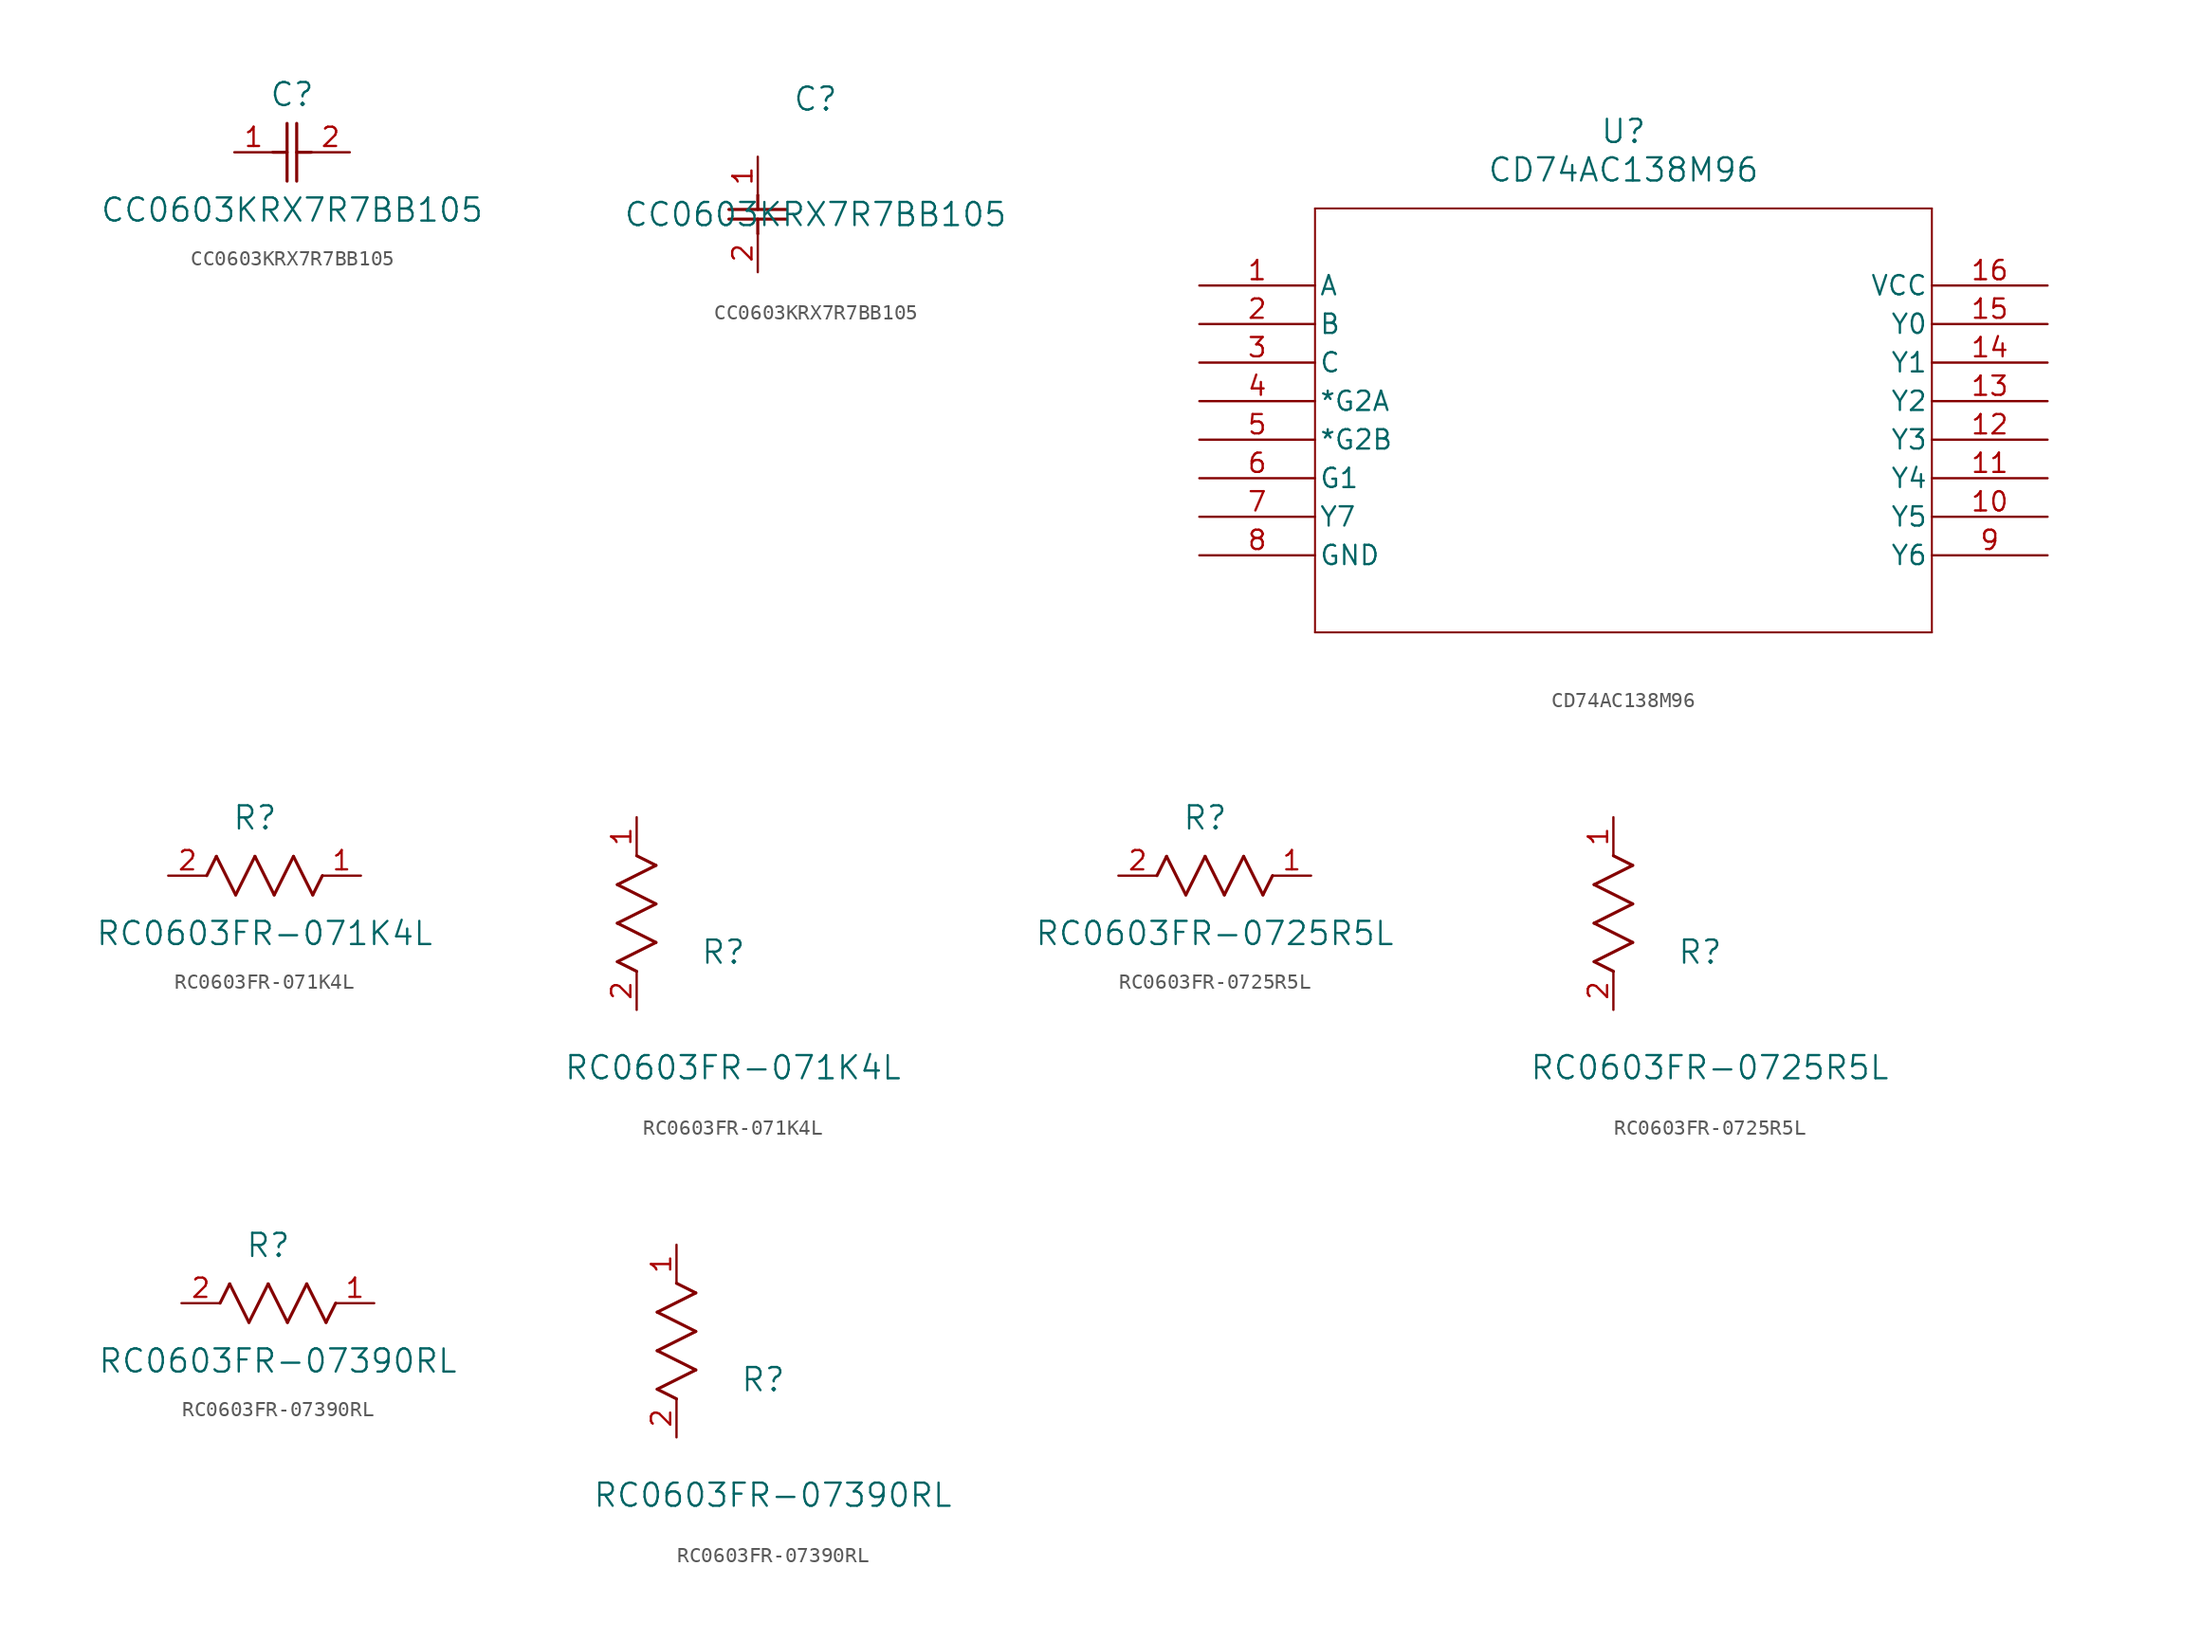
<source format=kicad_sym>
(kicad_symbol_lib
  (version 20231120)
  (generator "kicad_symbol_editor")
  (generator_version "8.0")
  (symbol "CC0603KRX7R7BB105"
    (pin_names
      (offset 0.254))
    (property "Reference" "C"
      (at 3.81 3.81 0)
      (effects (font (size 1.524 1.524))))
    (property "Value" "CC0603KRX7R7BB105"
      (at 3.81 -3.81 0)
      (effects (font (size 1.524 1.524))))
    (property "ki_locked" ""
      (at 0 0 0)
      (effects (font (size 1.27 1.27))))
    (symbol "CC0603KRX7R7BB105_1_1"
      (polyline (pts (xy 2.54 0) (xy 3.48 0)) (stroke (width 0.203) (type default)) (fill (type none)))
      (polyline (pts (xy 3.48 -1.905) (xy 3.48 1.905)) (stroke (width 0.203) (type default)) (fill (type none)))
      (polyline (pts (xy 4.115 -1.905) (xy 4.115 1.905)) (stroke (width 0.203) (type default)) (fill (type none)))
      (polyline (pts (xy 4.115 0) (xy 5.08 0)) (stroke (width 0.203) (type default)) (fill (type none)))
      (pin unspecified line (at 0 0 0) (length 2.54) (name "" (effects (font (size 1.27 1.27)))) (number "1" (effects (font (size 1.27 1.27)))))
      (pin unspecified line (at 7.62 0 180) (length 2.54) (name "" (effects (font (size 1.27 1.27)))) (number "2" (effects (font (size 1.27 1.27))))))
    (symbol "CC0603KRX7R7BB105_1_2"
      (polyline (pts (xy -1.905 -4.115) (xy 1.905 -4.115)) (stroke (width 0.203) (type default)) (fill (type none)))
      (polyline (pts (xy -1.905 -3.48) (xy 1.905 -3.48)) (stroke (width 0.203) (type default)) (fill (type none)))
      (polyline (pts (xy 0 -4.115) (xy 0 -5.08)) (stroke (width 0.203) (type default)) (fill (type none)))
      (polyline (pts (xy 0 -2.54) (xy 0 -3.48)) (stroke (width 0.203) (type default)) (fill (type none)))
      (pin unspecified line (at 0 0 270) (length 2.54) (name "" (effects (font (size 1.27 1.27)))) (number "1" (effects (font (size 1.27 1.27)))))
      (pin unspecified line (at 0 -7.62 90) (length 2.54) (name "" (effects (font (size 1.27 1.27)))) (number "2" (effects (font (size 1.27 1.27)))))))
  (symbol "CD74AC138M96"
    (pin_names
      (offset 0.254))
    (property "Reference" "U"
      (at 27.94 10.16 0)
      (effects (font (size 1.524 1.524))))
    (property "Value" "CD74AC138M96"
      (at 27.94 7.62 0)
      (effects (font (size 1.524 1.524))))
    (property "ki_locked" ""
      (at 0 0 0)
      (effects (font (size 1.27 1.27))))
    (symbol "CD74AC138M96_0_1"
      (polyline (pts (xy 7.62 -22.86) (xy 48.26 -22.86)) (stroke (width 0.127) (type default)) (fill (type none)))
      (polyline (pts (xy 7.62 5.08) (xy 7.62 -22.86)) (stroke (width 0.127) (type default)) (fill (type none)))
      (polyline (pts (xy 48.26 -22.86) (xy 48.26 5.08)) (stroke (width 0.127) (type default)) (fill (type none)))
      (polyline (pts (xy 48.26 5.08) (xy 7.62 5.08)) (stroke (width 0.127) (type default)) (fill (type none)))
      (pin input line (at 0 0 0) (length 7.62) (name "A" (effects (font (size 1.27 1.27)))) (number "1" (effects (font (size 1.27 1.27)))))
      (pin output line (at 55.88 -15.24 180) (length 7.62) (name "Y5" (effects (font (size 1.27 1.27)))) (number "10" (effects (font (size 1.27 1.27)))))
      (pin output line (at 55.88 -12.7 180) (length 7.62) (name "Y4" (effects (font (size 1.27 1.27)))) (number "11" (effects (font (size 1.27 1.27)))))
      (pin output line (at 55.88 -10.16 180) (length 7.62) (name "Y3" (effects (font (size 1.27 1.27)))) (number "12" (effects (font (size 1.27 1.27)))))
      (pin output line (at 55.88 -7.62 180) (length 7.62) (name "Y2" (effects (font (size 1.27 1.27)))) (number "13" (effects (font (size 1.27 1.27)))))
      (pin output line (at 55.88 -5.08 180) (length 7.62) (name "Y1" (effects (font (size 1.27 1.27)))) (number "14" (effects (font (size 1.27 1.27)))))
      (pin output line (at 55.88 -2.54 180) (length 7.62) (name "Y0" (effects (font (size 1.27 1.27)))) (number "15" (effects (font (size 1.27 1.27)))))
      (pin power_in line (at 55.88 0 180) (length 7.62) (name "VCC" (effects (font (size 1.27 1.27)))) (number "16" (effects (font (size 1.27 1.27)))))
      (pin input line (at 0 -2.54 0) (length 7.62) (name "B" (effects (font (size 1.27 1.27)))) (number "2" (effects (font (size 1.27 1.27)))))
      (pin input line (at 0 -5.08 0) (length 7.62) (name "C" (effects (font (size 1.27 1.27)))) (number "3" (effects (font (size 1.27 1.27)))))
      (pin input line (at 0 -7.62 0) (length 7.62) (name "*G2A" (effects (font (size 1.27 1.27)))) (number "4" (effects (font (size 1.27 1.27)))))
      (pin input line (at 0 -10.16 0) (length 7.62) (name "*G2B" (effects (font (size 1.27 1.27)))) (number "5" (effects (font (size 1.27 1.27)))))
      (pin input line (at 0 -12.7 0) (length 7.62) (name "G1" (effects (font (size 1.27 1.27)))) (number "6" (effects (font (size 1.27 1.27)))))
      (pin output line (at 0 -15.24 0) (length 7.62) (name "Y7" (effects (font (size 1.27 1.27)))) (number "7" (effects (font (size 1.27 1.27)))))
      (pin power_in line (at 0 -17.78 0) (length 7.62) (name "GND" (effects (font (size 1.27 1.27)))) (number "8" (effects (font (size 1.27 1.27)))))
      (pin output line (at 55.88 -17.78 180) (length 7.62) (name "Y6" (effects (font (size 1.27 1.27)))) (number "9" (effects (font (size 1.27 1.27)))))))
  (symbol "RC0603FR-071K4L"
    (pin_names
      (offset 0.254))
    (property "Reference" "R"
      (at 5.715 3.81 0)
      (effects (font (size 1.524 1.524))))
    (property "Value" "RC0603FR-071K4L"
      (at 6.35 -3.81 0)
      (effects (font (size 1.524 1.524))))
    (property "ki_locked" ""
      (at 0 0 0)
      (effects (font (size 1.27 1.27))))
    (symbol "RC0603FR-071K4L_1_1"
      (polyline (pts (xy 2.54 0) (xy 3.175 1.27)) (stroke (width 0.203) (type default)) (fill (type none)))
      (polyline (pts (xy 3.175 1.27) (xy 4.445 -1.27)) (stroke (width 0.203) (type default)) (fill (type none)))
      (polyline (pts (xy 4.445 -1.27) (xy 5.715 1.27)) (stroke (width 0.203) (type default)) (fill (type none)))
      (polyline (pts (xy 5.715 1.27) (xy 6.985 -1.27)) (stroke (width 0.203) (type default)) (fill (type none)))
      (polyline (pts (xy 6.985 -1.27) (xy 8.255 1.27)) (stroke (width 0.203) (type default)) (fill (type none)))
      (polyline (pts (xy 8.255 1.27) (xy 9.525 -1.27)) (stroke (width 0.203) (type default)) (fill (type none)))
      (polyline (pts (xy 9.525 -1.27) (xy 10.16 0)) (stroke (width 0.203) (type default)) (fill (type none)))
      (pin unspecified line (at 12.7 0 180) (length 2.54) (name "" (effects (font (size 1.27 1.27)))) (number "1" (effects (font (size 1.27 1.27)))))
      (pin unspecified line (at 0 0 0) (length 2.54) (name "" (effects (font (size 1.27 1.27)))) (number "2" (effects (font (size 1.27 1.27))))))
    (symbol "RC0603FR-071K4L_1_2"
      (polyline (pts (xy -1.27 3.175) (xy 1.27 4.445)) (stroke (width 0.203) (type default)) (fill (type none)))
      (polyline (pts (xy -1.27 5.715) (xy 1.27 6.985)) (stroke (width 0.203) (type default)) (fill (type none)))
      (polyline (pts (xy -1.27 8.255) (xy 1.27 9.525)) (stroke (width 0.203) (type default)) (fill (type none)))
      (polyline (pts (xy 0 2.54) (xy -1.27 3.175)) (stroke (width 0.203) (type default)) (fill (type none)))
      (polyline (pts (xy 1.27 4.445) (xy -1.27 5.715)) (stroke (width 0.203) (type default)) (fill (type none)))
      (polyline (pts (xy 1.27 6.985) (xy -1.27 8.255)) (stroke (width 0.203) (type default)) (fill (type none)))
      (polyline (pts (xy 1.27 9.525) (xy 0 10.16)) (stroke (width 0.203) (type default)) (fill (type none)))
      (pin unspecified line (at 0 12.7 270) (length 2.54) (name "" (effects (font (size 1.27 1.27)))) (number "1" (effects (font (size 1.27 1.27)))))
      (pin unspecified line (at 0 0 90) (length 2.54) (name "" (effects (font (size 1.27 1.27)))) (number "2" (effects (font (size 1.27 1.27)))))))
  (symbol "RC0603FR-0725R5L"
    (pin_names
      (offset 0.254))
    (property "Reference" "R"
      (at 5.715 3.81 0)
      (effects (font (size 1.524 1.524))))
    (property "Value" "RC0603FR-0725R5L"
      (at 6.35 -3.81 0)
      (effects (font (size 1.524 1.524))))
    (property "ki_locked" ""
      (at 0 0 0)
      (effects (font (size 1.27 1.27))))
    (symbol "RC0603FR-0725R5L_1_1"
      (polyline (pts (xy 2.54 0) (xy 3.175 1.27)) (stroke (width 0.203) (type default)) (fill (type none)))
      (polyline (pts (xy 3.175 1.27) (xy 4.445 -1.27)) (stroke (width 0.203) (type default)) (fill (type none)))
      (polyline (pts (xy 4.445 -1.27) (xy 5.715 1.27)) (stroke (width 0.203) (type default)) (fill (type none)))
      (polyline (pts (xy 5.715 1.27) (xy 6.985 -1.27)) (stroke (width 0.203) (type default)) (fill (type none)))
      (polyline (pts (xy 6.985 -1.27) (xy 8.255 1.27)) (stroke (width 0.203) (type default)) (fill (type none)))
      (polyline (pts (xy 8.255 1.27) (xy 9.525 -1.27)) (stroke (width 0.203) (type default)) (fill (type none)))
      (polyline (pts (xy 9.525 -1.27) (xy 10.16 0)) (stroke (width 0.203) (type default)) (fill (type none)))
      (pin unspecified line (at 12.7 0 180) (length 2.54) (name "" (effects (font (size 1.27 1.27)))) (number "1" (effects (font (size 1.27 1.27)))))
      (pin unspecified line (at 0 0 0) (length 2.54) (name "" (effects (font (size 1.27 1.27)))) (number "2" (effects (font (size 1.27 1.27))))))
    (symbol "RC0603FR-0725R5L_1_2"
      (polyline (pts (xy -1.27 3.175) (xy 1.27 4.445)) (stroke (width 0.203) (type default)) (fill (type none)))
      (polyline (pts (xy -1.27 5.715) (xy 1.27 6.985)) (stroke (width 0.203) (type default)) (fill (type none)))
      (polyline (pts (xy -1.27 8.255) (xy 1.27 9.525)) (stroke (width 0.203) (type default)) (fill (type none)))
      (polyline (pts (xy 0 2.54) (xy -1.27 3.175)) (stroke (width 0.203) (type default)) (fill (type none)))
      (polyline (pts (xy 1.27 4.445) (xy -1.27 5.715)) (stroke (width 0.203) (type default)) (fill (type none)))
      (polyline (pts (xy 1.27 6.985) (xy -1.27 8.255)) (stroke (width 0.203) (type default)) (fill (type none)))
      (polyline (pts (xy 1.27 9.525) (xy 0 10.16)) (stroke (width 0.203) (type default)) (fill (type none)))
      (pin unspecified line (at 0 12.7 270) (length 2.54) (name "" (effects (font (size 1.27 1.27)))) (number "1" (effects (font (size 1.27 1.27)))))
      (pin unspecified line (at 0 0 90) (length 2.54) (name "" (effects (font (size 1.27 1.27)))) (number "2" (effects (font (size 1.27 1.27)))))))
  (symbol "RC0603FR-07390RL"
    (pin_names
      (offset 0.254))
    (property "Reference" "R"
      (at 5.715 3.81 0)
      (effects (font (size 1.524 1.524))))
    (property "Value" "RC0603FR-07390RL"
      (at 6.35 -3.81 0)
      (effects (font (size 1.524 1.524))))
    (property "ki_locked" ""
      (at 0 0 0)
      (effects (font (size 1.27 1.27))))
    (symbol "RC0603FR-07390RL_1_1"
      (polyline (pts (xy 2.54 0) (xy 3.175 1.27)) (stroke (width 0.203) (type default)) (fill (type none)))
      (polyline (pts (xy 3.175 1.27) (xy 4.445 -1.27)) (stroke (width 0.203) (type default)) (fill (type none)))
      (polyline (pts (xy 4.445 -1.27) (xy 5.715 1.27)) (stroke (width 0.203) (type default)) (fill (type none)))
      (polyline (pts (xy 5.715 1.27) (xy 6.985 -1.27)) (stroke (width 0.203) (type default)) (fill (type none)))
      (polyline (pts (xy 6.985 -1.27) (xy 8.255 1.27)) (stroke (width 0.203) (type default)) (fill (type none)))
      (polyline (pts (xy 8.255 1.27) (xy 9.525 -1.27)) (stroke (width 0.203) (type default)) (fill (type none)))
      (polyline (pts (xy 9.525 -1.27) (xy 10.16 0)) (stroke (width 0.203) (type default)) (fill (type none)))
      (pin unspecified line (at 12.7 0 180) (length 2.54) (name "" (effects (font (size 1.27 1.27)))) (number "1" (effects (font (size 1.27 1.27)))))
      (pin unspecified line (at 0 0 0) (length 2.54) (name "" (effects (font (size 1.27 1.27)))) (number "2" (effects (font (size 1.27 1.27))))))
    (symbol "RC0603FR-07390RL_1_2"
      (polyline (pts (xy -1.27 3.175) (xy 1.27 4.445)) (stroke (width 0.203) (type default)) (fill (type none)))
      (polyline (pts (xy -1.27 5.715) (xy 1.27 6.985)) (stroke (width 0.203) (type default)) (fill (type none)))
      (polyline (pts (xy -1.27 8.255) (xy 1.27 9.525)) (stroke (width 0.203) (type default)) (fill (type none)))
      (polyline (pts (xy 0 2.54) (xy -1.27 3.175)) (stroke (width 0.203) (type default)) (fill (type none)))
      (polyline (pts (xy 1.27 4.445) (xy -1.27 5.715)) (stroke (width 0.203) (type default)) (fill (type none)))
      (polyline (pts (xy 1.27 6.985) (xy -1.27 8.255)) (stroke (width 0.203) (type default)) (fill (type none)))
      (polyline (pts (xy 1.27 9.525) (xy 0 10.16)) (stroke (width 0.203) (type default)) (fill (type none)))
      (pin unspecified line (at 0 12.7 270) (length 2.54) (name "" (effects (font (size 1.27 1.27)))) (number "1" (effects (font (size 1.27 1.27)))))
      (pin unspecified line (at 0 0 90) (length 2.54) (name "" (effects (font (size 1.27 1.27)))) (number "2" (effects (font (size 1.27 1.27))))))))
</source>
